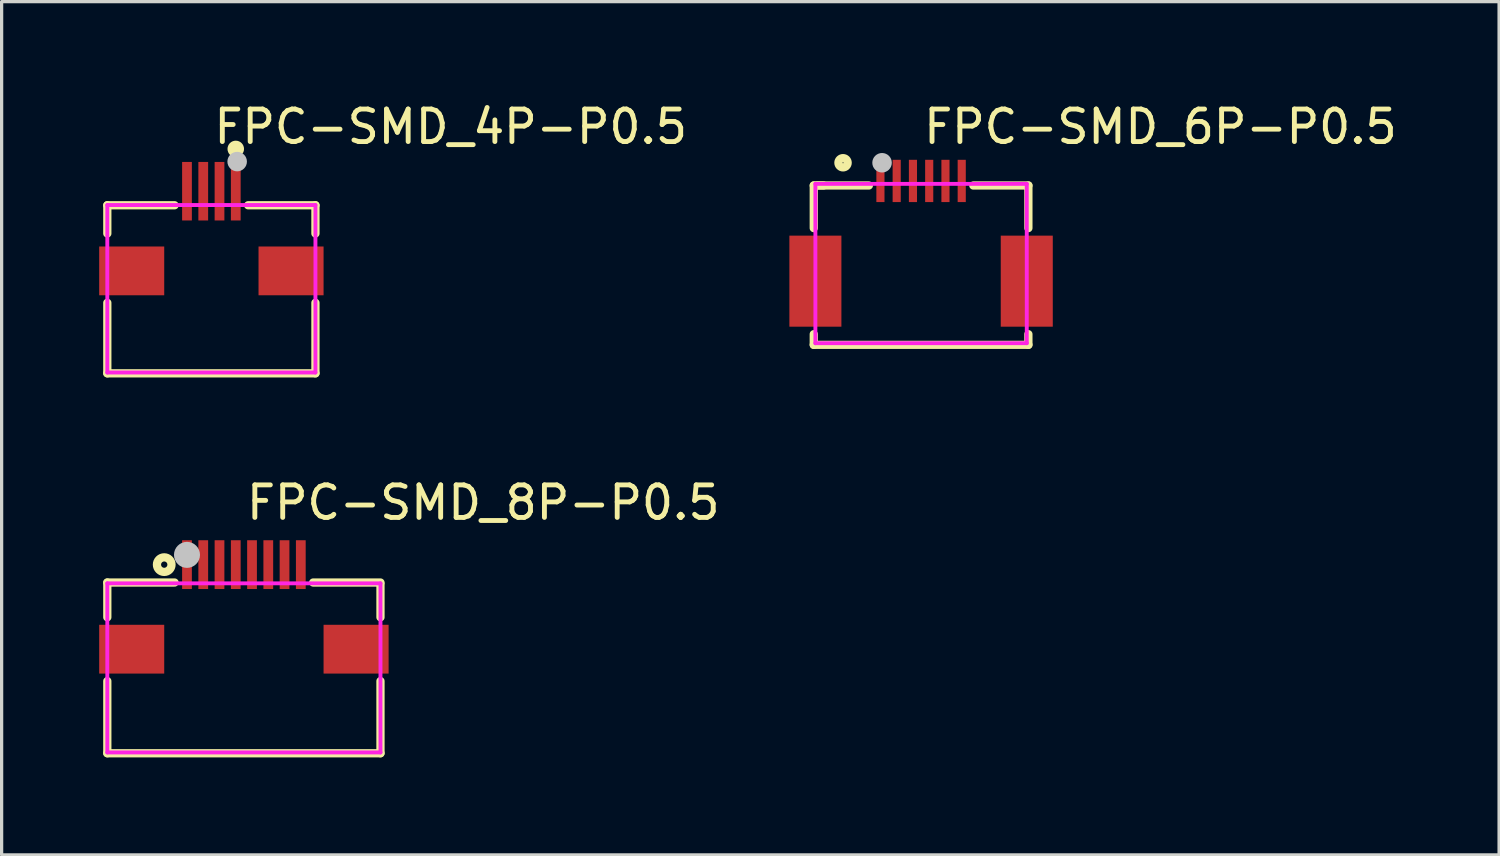
<source format=kicad_pcb>
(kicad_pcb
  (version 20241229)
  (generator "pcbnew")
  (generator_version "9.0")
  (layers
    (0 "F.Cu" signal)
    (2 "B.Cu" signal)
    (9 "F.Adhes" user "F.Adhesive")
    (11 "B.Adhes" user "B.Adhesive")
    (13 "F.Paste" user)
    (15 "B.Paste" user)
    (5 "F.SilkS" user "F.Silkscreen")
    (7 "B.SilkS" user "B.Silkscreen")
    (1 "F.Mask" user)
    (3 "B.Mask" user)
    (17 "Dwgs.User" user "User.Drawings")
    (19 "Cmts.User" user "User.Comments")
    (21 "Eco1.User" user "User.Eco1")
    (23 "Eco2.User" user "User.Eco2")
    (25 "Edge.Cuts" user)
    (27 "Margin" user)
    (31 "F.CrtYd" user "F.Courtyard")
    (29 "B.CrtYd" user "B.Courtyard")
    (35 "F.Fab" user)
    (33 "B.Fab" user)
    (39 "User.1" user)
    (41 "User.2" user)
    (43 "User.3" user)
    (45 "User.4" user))
  (footprint "FPC-SMD_6P-P0.5"
    (layer "F.Cu")
    (at 25.274 4.055)
    (property "Reference" "FPC-SMD_6P-P0.5" (at 0 -3.207 0) (layer "F.SilkS") (effects (font (size 1 1) (thickness 0.15)) (justify left)))
    (attr through_hole)
    (fp_line (start -3.3 -1.401) (end -3 -1.401) (stroke (width 0.254) (type solid)) (layer "F.SilkS"))
    (fp_line (start -3.3 -0.091) (end -3.3 -1.401) (stroke (width 0.254) (type solid)) (layer "F.SilkS"))
    (fp_line (start -3.3 3.499) (end -3.3 3.172) (stroke (width 0.254) (type solid)) (layer "F.SilkS"))
    (fp_line (start -3.2 -1.401) (end -1.606 -1.401) (stroke (width 0.254) (type solid)) (layer "F.SilkS"))
    (fp_line (start 1.606 -1.401) (end 3.3 -1.401) (stroke (width 0.254) (type solid)) (layer "F.SilkS"))
    (fp_line (start 3.3 -1.401) (end 3.3 -0.091) (stroke (width 0.254) (type solid)) (layer "F.SilkS"))
    (fp_line (start 3.3 3.172) (end 3.3 3.499) (stroke (width 0.254) (type solid)) (layer "F.SilkS"))
    (fp_line (start 3.3 3.499) (end -3.3 3.499) (stroke (width 0.254) (type solid)) (layer "F.SilkS"))
    (fp_circle (center -2.4 -2.1) (end -2.258 -2.1) (stroke (width 0.254) (type solid)) (fill no) (layer "F.SilkS"))
    (fp_circle (center -1.2 -2.1) (end -1.05 -2.1) (stroke (width 0.3) (type solid)) (fill no) (layer "Dwgs.User"))
    (fp_circle (center -3.55 -1.871) (end -3.52 -1.871) (stroke (width 0.06) (type solid)) (fill no) (layer "Eco2.User"))
    (fp_poly (pts (xy -3.55 0.591) (xy -2.45 0.591) (xy -2.45 2.191) (xy -3.55 2.191)) (stroke (width 0.12) (type solid)) (fill no) (layer "Eco2.User"))
    (fp_poly (pts (xy -1.325 -1.871) (xy -1.175 -1.871) (xy -1.175 -1.12) (xy -1.325 -1.12)) (stroke (width 0.12) (type solid)) (fill no) (layer "Eco2.User"))
    (fp_poly (pts (xy -0.825 -1.871) (xy -0.675 -1.871) (xy -0.675 -1.12) (xy -0.825 -1.12)) (stroke (width 0.12) (type solid)) (fill no) (layer "Eco2.User"))
    (fp_poly (pts (xy -0.325 -1.871) (xy -0.175 -1.871) (xy -0.175 -1.12) (xy -0.325 -1.12)) (stroke (width 0.12) (type solid)) (fill no) (layer "Eco2.User"))
    (fp_poly (pts (xy 0.175 -1.871) (xy 0.325 -1.871) (xy 0.325 -1.12) (xy 0.175 -1.12)) (stroke (width 0.12) (type solid)) (fill no) (layer "Eco2.User"))
    (fp_poly (pts (xy 0.675 -1.871) (xy 0.825 -1.871) (xy 0.825 -1.12) (xy 0.675 -1.12)) (stroke (width 0.12) (type solid)) (fill no) (layer "Eco2.User"))
    (fp_poly (pts (xy 1.175 -1.871) (xy 1.325 -1.871) (xy 1.325 -1.12) (xy 1.175 -1.12)) (stroke (width 0.12) (type solid)) (fill no) (layer "Eco2.User"))
    (fp_poly (pts (xy 2.45 0.591) (xy 3.55 0.591) (xy 3.55 2.191) (xy 2.45 2.191)) (stroke (width 0.12) (type solid)) (fill no) (layer "Eco2.User"))
    (fp_line (start -3.25 -1.451) (end 3.25 -1.451) (stroke (width 0.12) (type solid)) (layer "F.CrtYd"))
    (fp_line (start -3.25 3.449) (end -3.25 -1.451) (stroke (width 0.12) (type solid)) (layer "F.CrtYd"))
    (fp_line (start 3.25 -1.451) (end 3.25 3.449) (stroke (width 0.12) (type solid)) (layer "F.CrtYd"))
    (fp_line (start 3.25 3.449) (end -3.25 3.449) (stroke (width 0.12) (type solid)) (layer "F.CrtYd"))
    (pad "1" smd rect (at -1.25 -1.541) (size 0.25 1.3) (layers "F.Cu" "F.Mask" "F.Paste"))
    (pad "2" smd rect (at -0.75 -1.541) (size 0.25 1.3) (layers "F.Cu" "F.Mask" "F.Paste"))
    (pad "3" smd rect (at -0.25 -1.541) (size 0.25 1.3) (layers "F.Cu" "F.Mask" "F.Paste"))
    (pad "4" smd rect (at 0.25 -1.541) (size 0.25 1.3) (layers "F.Cu" "F.Mask" "F.Paste"))
    (pad "5" smd rect (at 0.75 -1.541) (size 0.25 1.3) (layers "F.Cu" "F.Mask" "F.Paste"))
    (pad "6" smd rect (at 1.25 -1.541) (size 0.25 1.3) (layers "F.Cu" "F.Mask" "F.Paste"))
    (pad "7" smd rect (at -3.25 1.541) (size 1.6 2.8) (layers "F.Cu" "F.Mask" "F.Paste"))
    (pad "8" smd rect (at 3.25 1.541) (size 1.6 2.8) (layers "F.Cu" "F.Mask" "F.Paste")))
  (footprint "FPC-SMD_8P-P0.5"
    (layer "F.Cu")
    (at 4.45 15.613)
    (property "Reference" "FPC-SMD_8P-P0.5" (at 0 -3.207 0) (layer "F.SilkS") (effects (font (size 1 1) (thickness 0.15)) (justify left)))
    (attr through_hole)
    (fp_line (start -4.2 -0.75) (end -2.131 -0.75) (stroke (width 0.254) (type solid)) (layer "F.SilkS"))
    (fp_line (start -4.2 0.319) (end -4.2 -0.75) (stroke (width 0.254) (type solid)) (layer "F.SilkS"))
    (fp_line (start -4.2 4.5) (end -4.2 2.281) (stroke (width 0.254) (type solid)) (layer "F.SilkS"))
    (fp_line (start 2.131 -0.75) (end 4.2 -0.75) (stroke (width 0.254) (type solid)) (layer "F.SilkS"))
    (fp_line (start 4.2 -0.7) (end 4.2 0.319) (stroke (width 0.254) (type solid)) (layer "F.SilkS"))
    (fp_line (start 4.2 2.281) (end 4.2 4.5) (stroke (width 0.254) (type solid)) (layer "F.SilkS"))
    (fp_line (start 4.2 4.5) (end -4.2 4.5) (stroke (width 0.254) (type solid)) (layer "F.SilkS"))
    (fp_circle (center -2.45 -1.3) (end -2.226 -1.3) (stroke (width 0.254) (type solid)) (fill no) (layer "F.SilkS"))
    (fp_circle (center -1.75 -1.6) (end -1.55 -1.6) (stroke (width 0.4) (type solid)) (fill no) (layer "Dwgs.User"))
    (fp_circle (center -4.2 -1.525) (end -4.17 -1.525) (stroke (width 0.06) (type solid)) (fill no) (layer "Eco2.User"))
    (fp_poly (pts (xy -4.2 0.725) (xy -2.8 0.725) (xy -2.8 1.825) (xy -4.2 1.825)) (stroke (width 0.12) (type solid)) (fill no) (layer "Eco2.User"))
    (fp_poly (pts (xy -1.85 -1.525) (xy -1.65 -1.525) (xy -1.65 -0.675) (xy -1.85 -0.675)) (stroke (width 0.12) (type solid)) (fill no) (layer "Eco2.User"))
    (fp_poly (pts (xy -1.35 -1.525) (xy -1.15 -1.525) (xy -1.15 -0.675) (xy -1.35 -0.675)) (stroke (width 0.12) (type solid)) (fill no) (layer "Eco2.User"))
    (fp_poly (pts (xy -0.85 -1.525) (xy -0.65 -1.525) (xy -0.65 -0.675) (xy -0.85 -0.675)) (stroke (width 0.12) (type solid)) (fill no) (layer "Eco2.User"))
    (fp_poly (pts (xy -0.35 -1.525) (xy -0.15 -1.525) (xy -0.15 -0.675) (xy -0.35 -0.675)) (stroke (width 0.12) (type solid)) (fill no) (layer "Eco2.User"))
    (fp_poly (pts (xy 0.15 -1.525) (xy 0.35 -1.525) (xy 0.35 -0.675) (xy 0.15 -0.675)) (stroke (width 0.12) (type solid)) (fill no) (layer "Eco2.User"))
    (fp_poly (pts (xy 0.65 -1.525) (xy 0.85 -1.525) (xy 0.85 -0.675) (xy 0.65 -0.675)) (stroke (width 0.12) (type solid)) (fill no) (layer "Eco2.User"))
    (fp_poly (pts (xy 1.15 -1.525) (xy 1.35 -1.525) (xy 1.35 -0.675) (xy 1.15 -0.675)) (stroke (width 0.12) (type solid)) (fill no) (layer "Eco2.User"))
    (fp_poly (pts (xy 1.65 -1.525) (xy 1.85 -1.525) (xy 1.85 -0.675) (xy 1.65 -0.675)) (stroke (width 0.12) (type solid)) (fill no) (layer "Eco2.User"))
    (fp_poly (pts (xy 2.8 0.725) (xy 4.2 0.725) (xy 4.2 1.825) (xy 2.8 1.825)) (stroke (width 0.12) (type solid)) (fill no) (layer "Eco2.User"))
    (fp_line (start -4.2 -0.725) (end 4.2 -0.725) (stroke (width 0.12) (type solid)) (layer "F.CrtYd"))
    (fp_line (start -4.2 4.475) (end -4.2 -0.725) (stroke (width 0.12) (type solid)) (layer "F.CrtYd"))
    (fp_line (start 4.2 -0.725) (end 4.2 4.475) (stroke (width 0.12) (type solid)) (layer "F.CrtYd"))
    (fp_line (start 4.2 4.475) (end -4.2 4.475) (stroke (width 0.12) (type solid)) (layer "F.CrtYd"))
    (pad "1" smd rect (at -1.75 -1.3) (size 0.3 1.5) (layers "F.Cu" "F.Mask" "F.Paste"))
    (pad "2" smd rect (at -1.25 -1.3) (size 0.3 1.5) (layers "F.Cu" "F.Mask" "F.Paste"))
    (pad "3" smd rect (at -0.75 -1.3) (size 0.3 1.5) (layers "F.Cu" "F.Mask" "F.Paste"))
    (pad "4" smd rect (at -0.25 -1.3) (size 0.3 1.5) (layers "F.Cu" "F.Mask" "F.Paste"))
    (pad "5" smd rect (at 0.25 -1.3) (size 0.3 1.5) (layers "F.Cu" "F.Mask" "F.Paste"))
    (pad "6" smd rect (at 0.75 -1.3) (size 0.3 1.5) (layers "F.Cu" "F.Mask" "F.Paste"))
    (pad "7" smd rect (at 1.25 -1.3) (size 0.3 1.5) (layers "F.Cu" "F.Mask" "F.Paste"))
    (pad "8" smd rect (at 1.75 -1.3) (size 0.3 1.5) (layers "F.Cu" "F.Mask" "F.Paste"))
    (pad "9" smd rect (at 3.45 1.3) (size 2 1.5) (layers "F.Cu" "F.Mask" "F.Paste"))
    (pad "10" smd rect (at -3.45 1.3) (size 2 1.5) (layers "F.Cu" "F.Mask" "F.Paste")))
  (footprint "FPC-SMD_4P-P0.5"
    (layer "F.Cu")
    (at 3.45 4.055)
    (property "Reference" "FPC-SMD_4P-P0.5" (at 0 -3.207 0) (layer "F.SilkS") (effects (font (size 1 1) (thickness 0.15)) (justify left)))
    (attr through_hole)
    (fp_line (start -3.2 -0.793) (end -1.131 -0.793) (stroke (width 0.254) (type solid)) (layer "F.SilkS"))
    (fp_line (start -3.2 0.076) (end -3.2 -0.793) (stroke (width 0.254) (type solid)) (layer "F.SilkS"))
    (fp_line (start -3.2 4.375) (end -3.2 2.206) (stroke (width 0.254) (type solid)) (layer "F.SilkS"))
    (fp_line (start 3.2 -0.793) (end 1.131 -0.793) (stroke (width 0.254) (type solid)) (layer "F.SilkS"))
    (fp_line (start 3.2 0.076) (end 3.2 -0.793) (stroke (width 0.254) (type solid)) (layer "F.SilkS"))
    (fp_line (start 3.2 4.375) (end -3.2 4.375) (stroke (width 0.254) (type solid)) (layer "F.SilkS"))
    (fp_line (start 3.2 4.375) (end 3.2 2.206) (stroke (width 0.254) (type solid)) (layer "F.SilkS"))
    (fp_circle (center 0.75 -2.525) (end 0.877 -2.525) (stroke (width 0.254) (type solid)) (fill no) (layer "F.SilkS"))
    (fp_circle (center 0.793 -2.136) (end 0.943 -2.136) (stroke (width 0.3) (type solid)) (fill no) (layer "Dwgs.User"))
    (fp_circle (center 3.2 -1.65) (end 3.23 -1.65) (stroke (width 0.06) (type solid)) (fill no) (layer "Eco2.User"))
    (fp_poly (pts (xy -1.75 1.725) (xy -3.15 1.725) (xy -3.15 0.725) (xy -1.75 0.725)) (stroke (width 0.12) (type solid)) (fill no) (layer "Eco2.User"))
    (fp_poly (pts (xy -0.65 -0.75) (xy -0.85 -0.75) (xy -0.85 -1.65) (xy -0.65 -1.65)) (stroke (width 0.12) (type solid)) (fill no) (layer "Eco2.User"))
    (fp_poly (pts (xy -0.15 -0.75) (xy -0.35 -0.75) (xy -0.35 -1.65) (xy -0.15 -1.65)) (stroke (width 0.12) (type solid)) (fill no) (layer "Eco2.User"))
    (fp_poly (pts (xy 0.35 -0.75) (xy 0.15 -0.75) (xy 0.15 -1.65) (xy 0.35 -1.65)) (stroke (width 0.12) (type solid)) (fill no) (layer "Eco2.User"))
    (fp_poly (pts (xy 0.85 -0.75) (xy 0.65 -0.75) (xy 0.65 -1.65) (xy 0.85 -1.65)) (stroke (width 0.12) (type solid)) (fill no) (layer "Eco2.User"))
    (fp_poly (pts (xy 3.15 1.725) (xy 1.75 1.725) (xy 1.75 0.725) (xy 3.15 0.725)) (stroke (width 0.12) (type solid)) (fill no) (layer "Eco2.User"))
    (fp_line (start -3.2 -0.8) (end 3.2 -0.8) (stroke (width 0.12) (type solid)) (layer "F.CrtYd"))
    (fp_line (start -3.2 4.35) (end -3.2 -0.8) (stroke (width 0.12) (type solid)) (layer "F.CrtYd"))
    (fp_line (start 3.2 -0.8) (end 3.2 4.35) (stroke (width 0.12) (type solid)) (layer "F.CrtYd"))
    (fp_line (start 3.2 4.35) (end -3.2 4.35) (stroke (width 0.12) (type solid)) (layer "F.CrtYd"))
    (pad "1" smd rect (at 0.75 -1.225 180) (size 0.3 1.8) (layers "F.Cu" "F.Mask" "F.Paste"))
    (pad "2" smd rect (at 0.25 -1.225 180) (size 0.3 1.8) (layers "F.Cu" "F.Mask" "F.Paste"))
    (pad "3" smd rect (at -0.25 -1.225 180) (size 0.3 1.8) (layers "F.Cu" "F.Mask" "F.Paste"))
    (pad "4" smd rect (at -0.75 -1.225 180) (size 0.3 1.8) (layers "F.Cu" "F.Mask" "F.Paste"))
    (pad "5" smd rect (at -2.45 1.225 180) (size 2 1.5) (layers "F.Cu" "F.Mask" "F.Paste"))
    (pad "6" smd rect (at 2.45 1.225 180) (size 2 1.5) (layers "F.Cu" "F.Mask" "F.Paste")))
  (gr_rect
    (start -3 -3)
    (end 43.048 23.239)
    (stroke (width 0.1) (type default))
    (fill no)
    (layer "Edge.Cuts")))
</source>
